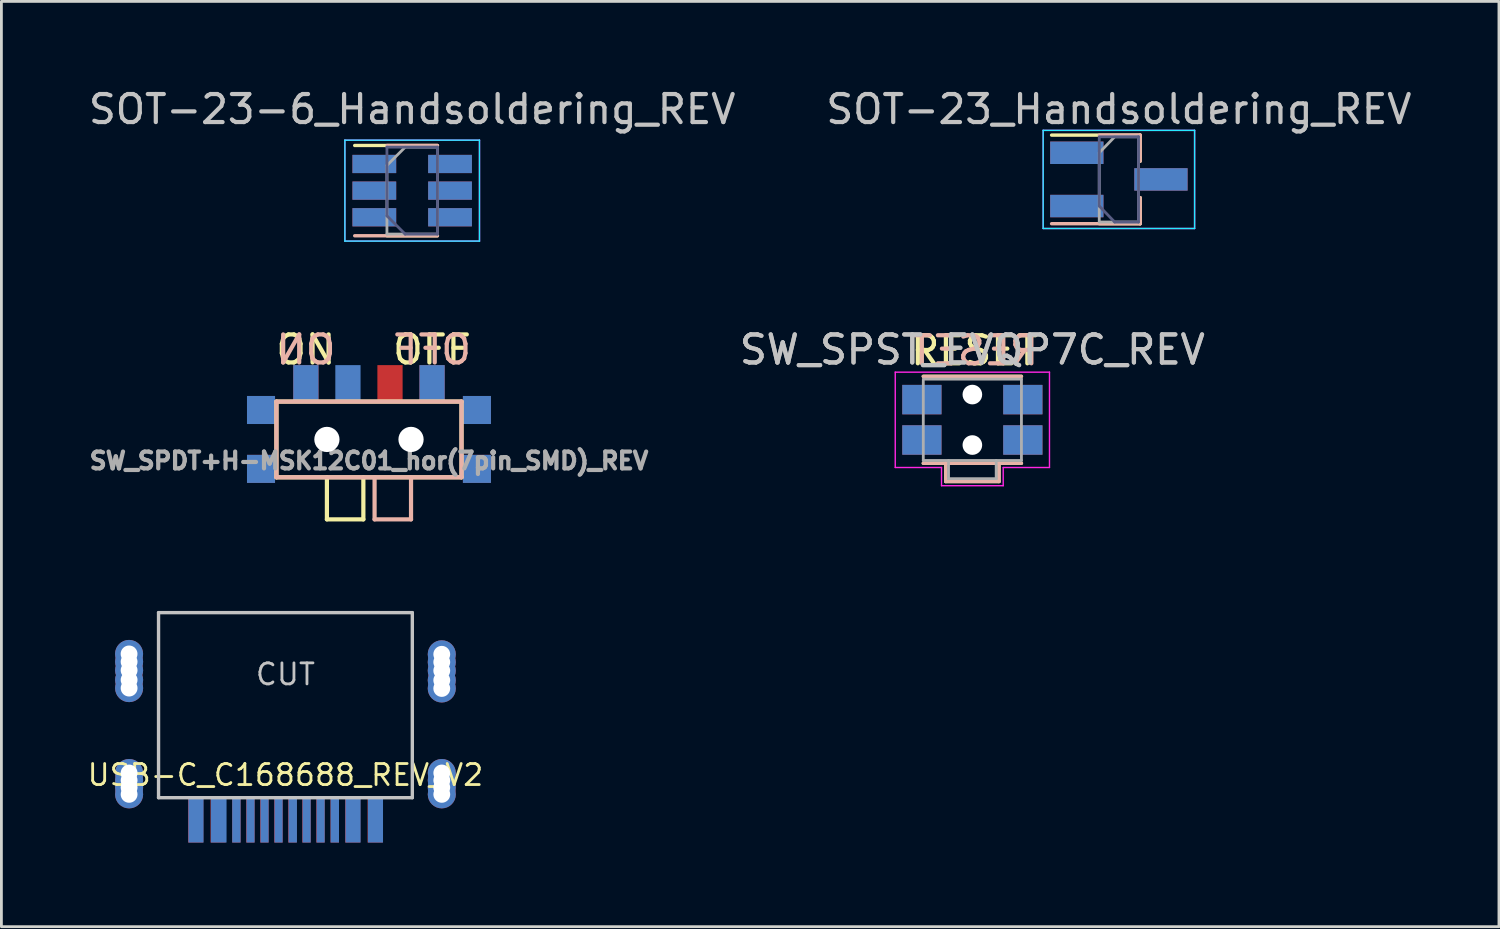
<source format=kicad_pcb>
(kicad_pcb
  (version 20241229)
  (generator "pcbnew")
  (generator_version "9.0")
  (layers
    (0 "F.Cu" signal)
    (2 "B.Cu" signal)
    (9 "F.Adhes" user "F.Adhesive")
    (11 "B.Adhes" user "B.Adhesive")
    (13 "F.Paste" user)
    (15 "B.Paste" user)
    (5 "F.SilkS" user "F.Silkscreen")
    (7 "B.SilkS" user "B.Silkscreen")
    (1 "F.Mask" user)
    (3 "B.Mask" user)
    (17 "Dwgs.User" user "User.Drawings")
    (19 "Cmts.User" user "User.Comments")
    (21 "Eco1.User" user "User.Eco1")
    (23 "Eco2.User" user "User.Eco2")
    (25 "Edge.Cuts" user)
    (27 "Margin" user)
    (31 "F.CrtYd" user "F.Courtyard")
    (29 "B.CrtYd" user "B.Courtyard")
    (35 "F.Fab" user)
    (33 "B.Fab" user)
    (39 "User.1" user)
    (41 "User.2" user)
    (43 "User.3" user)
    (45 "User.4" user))
  (footprint "SW_SPDT+H-MSK12C01_hor(7pin_SMD)_REV"
    (layer "F.Cu")
    (at 10.108 12.621)
    (property "Reference" "SW_SPDT+H-MSK12C01_hor(7pin_SMD)_REV" (at 0 0.762 0) (layer "F.Fab") (effects (font (size 0.6 0.6) (thickness 0.15))))
    (attr smd)
    (fp_line (start -3.3 -1.35) (end 3.3 -1.35) (stroke (width 0.15) (type solid)) (layer "F.SilkS"))
    (fp_line (start -3.3 1.35) (end -3.3 -1.35) (stroke (width 0.15) (type solid)) (layer "F.SilkS"))
    (fp_line (start -1.5 1.35) (end -1.5 2.85) (stroke (width 0.15) (type solid)) (layer "F.SilkS"))
    (fp_line (start -1.5 2.85) (end -0.2 2.85) (stroke (width 0.15) (type solid)) (layer "F.SilkS"))
    (fp_line (start -0.2 1.35) (end -0.2 2.85) (stroke (width 0.15) (type solid)) (layer "F.SilkS"))
    (fp_line (start 3.3 -1.35) (end 3.3 1.35) (stroke (width 0.15) (type solid)) (layer "F.SilkS"))
    (fp_line (start 3.3 1.35) (end -3.3 1.35) (stroke (width 0.15) (type solid)) (layer "F.SilkS"))
    (fp_line (start -3.3 -1.35) (end -3.3 1.35) (stroke (width 0.15) (type solid)) (layer "B.SilkS"))
    (fp_line (start -3.3 1.35) (end 3.3 1.35) (stroke (width 0.15) (type solid)) (layer "B.SilkS"))
    (fp_line (start 0.2 1.35) (end 0.2 2.85) (stroke (width 0.15) (type solid)) (layer "B.SilkS"))
    (fp_line (start 1.5 1.35) (end 1.5 2.85) (stroke (width 0.15) (type solid)) (layer "B.SilkS"))
    (fp_line (start 1.5 2.85) (end 0.2 2.85) (stroke (width 0.15) (type solid)) (layer "B.SilkS"))
    (fp_line (start 3.3 -1.35) (end -3.3 -1.35) (stroke (width 0.15) (type solid)) (layer "B.SilkS"))
    (fp_line (start 3.3 1.35) (end 3.3 -1.35) (stroke (width 0.15) (type solid)) (layer "B.SilkS"))
    (fp_text user "OFF" (at 2.25 -3.2 0) (unlocked yes) (layer "F.SilkS") (effects (font (size 1 1) (thickness 0.15))))
    (fp_text user "ON" (at -2.25 -3.2 0) (unlocked yes) (layer "F.SilkS") (effects (font (size 1 1) (thickness 0.15))))
    (fp_text user "ON" (at -2.25 -3.2 0) (unlocked yes) (layer "B.SilkS") (effects (font (size 1 1) (thickness 0.15)) (justify mirror)))
    (fp_text user "OFF" (at 2.25 -3.2 0) (unlocked yes) (layer "B.SilkS") (effects (font (size 1 1) (thickness 0.15)) (justify mirror)))
    (pad "" np_thru_hole circle (at -1.5 0) (size 0.9 0.9) (drill 0.9) (layers "*.Cu" "*.Mask"))
    (pad "" np_thru_hole circle (at 1.5 0) (size 0.9 0.9) (drill 0.9) (layers "*.Cu" "*.Mask"))
    (pad "1" smd rect (at -2.25 -2) (size 0.9 1.3) (layers "F.Cu" "F.Mask" "F.Paste"))
    (pad "1" smd rect (at -2.25 -2) (size 0.9 1.3) (layers "B.Cu" "B.Mask" "B.Paste"))
    (pad "2" smd rect (at -0.75 -2) (size 0.9 1.3) (layers "B.Cu" "B.Mask" "B.Paste"))
    (pad "2" smd rect (at 0.75 -2) (size 0.9 1.3) (layers "F.Cu" "F.Mask" "F.Paste"))
    (pad "3" smd rect (at 2.25 -2) (size 0.9 1.3) (layers "F.Cu" "F.Mask" "F.Paste"))
    (pad "3" smd rect (at 2.25 -2) (size 0.9 1.3) (layers "B.Cu" "B.Mask" "B.Paste"))
    (pad "H" smd rect (at -3.85 -1.05) (size 1 1) (layers "F.Cu" "F.Mask" "F.Paste"))
    (pad "H" smd rect (at -3.85 -1.05) (size 1 1) (layers "B.Cu" "B.Mask" "B.Paste"))
    (pad "H" smd rect (at -3.85 1.05) (size 1 1) (layers "F.Cu" "F.Mask" "F.Paste"))
    (pad "H" smd rect (at -3.85 1.05) (size 1 1) (layers "B.Cu" "B.Mask" "B.Paste"))
    (pad "H" smd rect (at 3.85 -1.05) (size 1 1) (layers "F.Cu" "F.Mask" "F.Paste"))
    (pad "H" smd rect (at 3.85 -1.05) (size 1 1) (layers "B.Cu" "B.Mask" "B.Paste"))
    (pad "H" smd rect (at 3.85 1.05) (size 1 1) (layers "F.Cu" "F.Mask" "F.Paste"))
    (pad "H" smd rect (at 3.85 1.05) (size 1 1) (layers "B.Cu" "B.Mask" "B.Paste")))
  (footprint "SOT-23_Handsoldering_REV"
    (layer "F.Cu")
    (at 36.851 3.348)
    (property "Reference" "SOT-23_Handsoldering_REV" (at 0 -2.5 0) (layer "Dwgs.User") (effects (font (size 1 1) (thickness 0.15))))
    (attr smd)
    (fp_line (start 0.76 -1.58) (end -2.4 -1.58) (stroke (width 0.12) (type solid)) (layer "F.SilkS"))
    (fp_line (start 0.76 -1.58) (end 0.76 -0.65) (stroke (width 0.12) (type solid)) (layer "F.SilkS"))
    (fp_line (start 0.76 1.58) (end -0.7 1.58) (stroke (width 0.12) (type solid)) (layer "F.SilkS"))
    (fp_line (start 0.76 1.58) (end 0.76 0.65) (stroke (width 0.12) (type solid)) (layer "F.SilkS"))
    (fp_line (start 0.76 -1.58) (end -0.7 -1.58) (stroke (width 0.12) (type solid)) (layer "B.SilkS"))
    (fp_line (start 0.76 -1.58) (end 0.76 -0.65) (stroke (width 0.12) (type solid)) (layer "B.SilkS"))
    (fp_line (start 0.76 1.58) (end -2.4 1.58) (stroke (width 0.12) (type solid)) (layer "B.SilkS"))
    (fp_line (start 0.76 1.58) (end 0.76 0.65) (stroke (width 0.12) (type solid)) (layer "B.SilkS"))
    (fp_line (start -2.7 -1.75) (end -2.7 1.75) (stroke (width 0.05) (type solid)) (layer "B.CrtYd"))
    (fp_line (start -2.7 1.75) (end 2.7 1.75) (stroke (width 0.05) (type solid)) (layer "B.CrtYd"))
    (fp_line (start 2.7 -1.75) (end -2.7 -1.75) (stroke (width 0.05) (type solid)) (layer "B.CrtYd"))
    (fp_line (start 2.7 1.75) (end 2.7 -1.75) (stroke (width 0.05) (type solid)) (layer "B.CrtYd"))
    (fp_line (start -2.7 -1.75) (end 2.7 -1.75) (stroke (width 0.05) (type solid)) (layer "F.CrtYd"))
    (fp_line (start -2.7 1.75) (end -2.7 -1.75) (stroke (width 0.05) (type solid)) (layer "F.CrtYd"))
    (fp_line (start 2.7 -1.75) (end 2.7 1.75) (stroke (width 0.05) (type solid)) (layer "F.CrtYd"))
    (fp_line (start 2.7 1.75) (end -2.7 1.75) (stroke (width 0.05) (type solid)) (layer "F.CrtYd"))
    (fp_line (start -0.7 -1.52) (end 0.7 -1.52) (stroke (width 0.1) (type solid)) (layer "B.Fab"))
    (fp_line (start -0.7 0.95) (end -0.7 -1.5) (stroke (width 0.1) (type solid)) (layer "B.Fab"))
    (fp_line (start -0.7 0.95) (end -0.15 1.52) (stroke (width 0.1) (type solid)) (layer "B.Fab"))
    (fp_line (start -0.15 1.52) (end 0.7 1.52) (stroke (width 0.1) (type solid)) (layer "B.Fab"))
    (fp_line (start 0.7 1.52) (end 0.7 -1.52) (stroke (width 0.1) (type solid)) (layer "B.Fab"))
    (fp_line (start -0.7 -0.95) (end -0.7 1.5) (stroke (width 0.1) (type solid)) (layer "F.Fab"))
    (fp_line (start -0.7 -0.95) (end -0.15 -1.52) (stroke (width 0.1) (type solid)) (layer "F.Fab"))
    (fp_line (start -0.7 1.52) (end 0.7 1.52) (stroke (width 0.1) (type solid)) (layer "F.Fab"))
    (fp_line (start -0.15 -1.52) (end 0.7 -1.52) (stroke (width 0.1) (type solid)) (layer "F.Fab"))
    (fp_line (start 0.7 -1.52) (end 0.7 1.52) (stroke (width 0.1) (type solid)) (layer "F.Fab"))
    (pad "1" smd rect (at -1.5 -0.95) (size 1.9 0.8) (layers "F.Cu" "F.Mask" "F.Paste"))
    (pad "1" smd rect (at -1.5 0.95 180) (size 1.9 0.8) (layers "B.Cu" "B.Mask" "B.Paste"))
    (pad "2" smd rect (at -1.5 -0.95 180) (size 1.9 0.8) (layers "B.Cu" "B.Mask" "B.Paste"))
    (pad "2" smd rect (at -1.5 0.95) (size 1.9 0.8) (layers "F.Cu" "F.Mask" "F.Paste"))
    (pad "3" smd rect (at 1.5 0) (size 1.9 0.8) (layers "F.Cu" "F.Mask" "F.Paste"))
    (pad "3" smd rect (at 1.5 0 180) (size 1.9 0.8) (layers "B.Cu" "B.Mask" "B.Paste")))
  (footprint "USB-C_C168688_REV_V2"
    (layer "F.Cu")
    (at 7.129 18.797)
    (property "Reference" "USB-C_C168688_REV_V2" (at 0 5.789 180) (layer "F.SilkS") (effects (font (size 0.75 0.75) (thickness 0.1))))
    (attr smd)
    (fp_line (start -4.525 0) (end -4.525 6.6) (stroke (width 0.12) (type solid)) (layer "Dwgs.User"))
    (fp_line (start -4.525 0) (end 4.525 0) (stroke (width 0.12) (type solid)) (layer "Dwgs.User"))
    (fp_line (start -4.525 6.6) (end 4.525 6.6) (stroke (width 0.12) (type solid)) (layer "Dwgs.User"))
    (fp_line (start 4.525 0) (end 4.525 6.6) (stroke (width 0.12) (type solid)) (layer "Dwgs.User"))
    (fp_text user "CUT" (at 0 2.2 180) (layer "Dwgs.User") (effects (font (size 0.75 0.75) (thickness 0.1))))
    (pad "A1" smd rect (at -3.2 7.4) (size 0.54 1.6) (layers "F.Cu" "F.Mask" "F.Paste"))
    (pad "A1" smd rect (at -3.19 7.4) (size 0.54 1.6) (layers "B.Cu" "B.Mask" "B.Paste"))
    (pad "A1" smd rect (at 3.2 7.4) (size 0.54 1.6) (layers "F.Cu" "F.Mask" "F.Paste"))
    (pad "A1" smd rect (at 3.21 7.4) (size 0.54 1.6) (layers "B.Cu" "B.Mask" "B.Paste"))
    (pad "A4" smd rect (at -2.4 7.4) (size 0.54 1.6) (layers "F.Cu" "F.Mask" "F.Paste"))
    (pad "A4" smd rect (at -2.38 7.4) (size 0.56 1.6) (layers "B.Cu" "B.Mask" "B.Paste"))
    (pad "A4" smd rect (at 2.4 7.4) (size 0.54 1.6) (layers "F.Cu" "F.Mask" "F.Paste"))
    (pad "A4" smd rect (at 2.41 7.4) (size 0.54 1.6) (layers "B.Cu" "B.Mask" "B.Paste"))
    (pad "A5" smd rect (at -1.245 7.4) (size 0.29 1.6) (layers "B.Cu" "B.Mask" "B.Paste"))
    (pad "A5" smd rect (at 1.25 7.4) (size 0.3 1.6) (layers "F.Cu" "F.Mask" "F.Paste"))
    (pad "A6" smd rect (at -0.245 7.4) (size 0.29 1.6) (layers "B.Cu" "B.Mask" "B.Paste"))
    (pad "A6" smd rect (at 0.25 7.4) (size 0.3 1.6) (layers "F.Cu" "F.Mask" "F.Paste"))
    (pad "A7" smd rect (at -0.25 7.4) (size 0.3 1.6) (layers "F.Cu" "F.Mask" "F.Paste"))
    (pad "A7" smd rect (at 0.26 7.4) (size 0.3 1.6) (layers "B.Cu" "B.Mask" "B.Paste"))
    (pad "A8" smd rect (at -1.25 7.4) (size 0.3 1.6) (layers "F.Cu" "F.Mask" "F.Paste"))
    (pad "A8" smd rect (at 1.255 7.4) (size 0.29 1.6) (layers "B.Cu" "B.Mask" "B.Paste"))
    (pad "B5" smd rect (at -1.75 7.4) (size 0.3 1.6) (layers "F.Cu" "F.Mask" "F.Paste"))
    (pad "B5" smd rect (at 1.76 7.4) (size 0.3 1.6) (layers "B.Cu" "B.Mask" "B.Paste"))
    (pad "B6" smd rect (at -0.75 7.4) (size 0.3 1.6) (layers "F.Cu" "F.Mask" "F.Paste"))
    (pad "B6" smd rect (at 0.755 7.4) (size 0.29 1.6) (layers "B.Cu" "B.Mask" "B.Paste"))
    (pad "B7" smd rect (at -0.745 7.4) (size 0.29 1.6) (layers "B.Cu" "B.Mask" "B.Paste"))
    (pad "B7" smd rect (at 0.75 7.4) (size 0.3 1.6) (layers "F.Cu" "F.Mask" "F.Paste"))
    (pad "B8" smd rect (at -1.749 7.4) (size 0.298 1.6) (layers "B.Cu" "B.Mask" "B.Paste"))
    (pad "B8" smd rect (at 1.758 7.4) (size 0.3 1.6) (layers "F.Cu" "F.Mask" "F.Paste"))
    (pad "S1" thru_hole circle (at -5.576 1.473) (size 1 1) (drill 0.6) (layers "*.Cu" "*.Mask"))
    (pad "S1" thru_hole circle (at -5.575 1.753) (size 1 1) (drill 0.6) (layers "*.Cu" "*.Mask"))
    (pad "S1" thru_hole circle (at -5.575 2.057) (size 1 1) (drill 0.6) (layers "*.Cu" "*.Mask"))
    (pad "S1" thru_hole circle (at -5.575 2.4) (size 1 1) (drill 0.6) (layers "*.Cu" "*.Mask"))
    (pad "S1" thru_hole circle (at -5.575 2.692) (size 1 1) (drill 0.6) (layers "*.Cu" "*.Mask"))
    (pad "S1" thru_hole circle (at -5.575 6.236) (size 1 1) (drill 0.6) (layers "*.Cu" "*.Mask"))
    (pad "S1" thru_hole circle (at -5.575 5.719) (size 1 1) (drill 0.6) (layers "*.Cu" "*.Mask"))
    (pad "S1" thru_hole circle (at -5.575 5.982) (size 1 1) (drill 0.6) (layers "*.Cu" "*.Mask"))
    (pad "S1" thru_hole circle (at -5.575 6.481) (size 1 1) (drill 0.6) (layers "*.Cu" "*.Mask"))
    (pad "S1" thru_hole circle (at 5.575 1.486) (size 1 1) (drill 0.6) (layers "*.Cu" "*.Mask"))
    (pad "S1" thru_hole circle (at 5.575 1.765) (size 1 1) (drill 0.6) (layers "*.Cu" "*.Mask"))
    (pad "S1" thru_hole circle (at 5.575 2.07) (size 1 1) (drill 0.6) (layers "*.Cu" "*.Mask"))
    (pad "S1" thru_hole circle (at 5.575 2.413) (size 1 1) (drill 0.6) (layers "*.Cu" "*.Mask"))
    (pad "S1" thru_hole circle (at 5.575 2.705) (size 1 1) (drill 0.6) (layers "*.Cu" "*.Mask"))
    (pad "S1" thru_hole circle (at 5.575 6.236) (size 1 1) (drill 0.6) (layers "*.Cu" "*.Mask"))
    (pad "S1" thru_hole circle (at 5.576 5.719) (size 1 1) (drill 0.6) (layers "*.Cu" "*.Mask"))
    (pad "S1" thru_hole circle (at 5.576 5.982) (size 1 1) (drill 0.6) (layers "*.Cu" "*.Mask"))
    (pad "S1" thru_hole circle (at 5.576 6.481) (size 1 1) (drill 0.6) (layers "*.Cu" "*.Mask")))
  (footprint "SOT-23-6_Handsoldering_REV"
    (layer "F.Cu")
    (at 11.649 3.748)
    (property "Reference" "SOT-23-6_Handsoldering_REV" (at 0 -2.9 0) (layer "Dwgs.User") (effects (font (size 1 1) (thickness 0.15))))
    (attr smd)
    (fp_line (start -0.9 1.61) (end 0.9 1.61) (stroke (width 0.12) (type solid)) (layer "F.SilkS"))
    (fp_line (start 0.9 -1.61) (end -2.05 -1.61) (stroke (width 0.12) (type solid)) (layer "F.SilkS"))
    (fp_line (start -0.9 -1.61) (end 0.9 -1.61) (stroke (width 0.12) (type solid)) (layer "B.SilkS"))
    (fp_line (start 0.9 1.61) (end -2.05 1.61) (stroke (width 0.12) (type solid)) (layer "B.SilkS"))
    (fp_line (start -2.4 -1.8) (end -2.4 1.8) (stroke (width 0.05) (type solid)) (layer "B.CrtYd"))
    (fp_line (start -2.4 1.8) (end 2.4 1.8) (stroke (width 0.05) (type solid)) (layer "B.CrtYd"))
    (fp_line (start 2.4 -1.8) (end -2.4 -1.8) (stroke (width 0.05) (type solid)) (layer "B.CrtYd"))
    (fp_line (start 2.4 1.8) (end 2.4 -1.8) (stroke (width 0.05) (type solid)) (layer "B.CrtYd"))
    (fp_line (start -2.4 -1.8) (end 2.4 -1.8) (stroke (width 0.05) (type solid)) (layer "F.CrtYd"))
    (fp_line (start -2.4 1.8) (end -2.4 -1.8) (stroke (width 0.05) (type solid)) (layer "F.CrtYd"))
    (fp_line (start 2.4 -1.8) (end 2.4 1.8) (stroke (width 0.05) (type solid)) (layer "F.CrtYd"))
    (fp_line (start 2.4 1.8) (end -2.4 1.8) (stroke (width 0.05) (type solid)) (layer "F.CrtYd"))
    (fp_line (start -0.9 0.9) (end -0.9 -1.55) (stroke (width 0.1) (type solid)) (layer "B.Fab"))
    (fp_line (start -0.9 0.9) (end -0.25 1.55) (stroke (width 0.1) (type solid)) (layer "B.Fab"))
    (fp_line (start 0.9 -1.55) (end -0.9 -1.55) (stroke (width 0.1) (type solid)) (layer "B.Fab"))
    (fp_line (start 0.9 1.55) (end -0.25 1.55) (stroke (width 0.1) (type solid)) (layer "B.Fab"))
    (fp_line (start 0.9 1.55) (end 0.9 -1.55) (stroke (width 0.1) (type solid)) (layer "B.Fab"))
    (fp_line (start -0.9 -0.9) (end -0.9 1.55) (stroke (width 0.1) (type solid)) (layer "F.Fab"))
    (fp_line (start -0.9 -0.9) (end -0.25 -1.55) (stroke (width 0.1) (type solid)) (layer "F.Fab"))
    (fp_line (start 0.9 -1.55) (end -0.25 -1.55) (stroke (width 0.1) (type solid)) (layer "F.Fab"))
    (fp_line (start 0.9 -1.55) (end 0.9 1.55) (stroke (width 0.1) (type solid)) (layer "F.Fab"))
    (fp_line (start 0.9 1.55) (end -0.9 1.55) (stroke (width 0.1) (type solid)) (layer "F.Fab"))
    (pad "1" smd rect (at -1.35 -0.95) (size 1.56 0.65) (layers "F.Cu" "F.Mask" "F.Paste"))
    (pad "1" smd rect (at -1.35 0.95 180) (size 1.56 0.65) (layers "B.Cu" "B.Mask" "B.Paste"))
    (pad "2" smd rect (at -1.35 0) (size 1.56 0.65) (layers "F.Cu" "F.Mask" "F.Paste"))
    (pad "2" smd rect (at -1.35 0 180) (size 1.56 0.65) (layers "B.Cu" "B.Mask" "B.Paste"))
    (pad "3" smd rect (at -1.35 -0.95 180) (size 1.56 0.65) (layers "B.Cu" "B.Mask" "B.Paste"))
    (pad "3" smd rect (at -1.35 0.95) (size 1.56 0.65) (layers "F.Cu" "F.Mask" "F.Paste"))
    (pad "4" smd rect (at 1.35 -0.95 180) (size 1.56 0.65) (layers "B.Cu" "B.Mask" "B.Paste"))
    (pad "4" smd rect (at 1.35 0.95) (size 1.56 0.65) (layers "F.Cu" "F.Mask" "F.Paste"))
    (pad "5" smd rect (at 1.35 0) (size 1.56 0.65) (layers "F.Cu" "F.Mask" "F.Paste"))
    (pad "5" smd rect (at 1.35 0 180) (size 1.56 0.65) (layers "B.Cu" "B.Mask" "B.Paste"))
    (pad "6" smd rect (at 1.35 -0.95) (size 1.56 0.65) (layers "F.Cu" "F.Mask" "F.Paste"))
    (pad "6" smd rect (at 1.35 0.95 180) (size 1.56 0.65) (layers "B.Cu" "B.Mask" "B.Paste")))
  (footprint "SW_SPST_EVQP7C_REV"
    (layer "F.Cu")
    (at 31.626 11.921)
    (property "Reference" "SW_SPST_EVQP7C_REV" (at 0 -2.5 0) (layer "Dwgs.User") (effects (font (size 1 1) (thickness 0.15))))
    (attr smd)
    (fp_line (start -1.75 -1.55) (end 1.75 -1.55) (stroke (width 0.12) (type solid)) (layer "F.SilkS"))
    (fp_line (start -0.95 2.2) (end -0.95 1.55) (stroke (width 0.12) (type solid)) (layer "F.SilkS"))
    (fp_line (start 0.95 1.55) (end 0.95 2.2) (stroke (width 0.12) (type solid)) (layer "F.SilkS"))
    (fp_line (start 0.95 2.2) (end -0.95 2.2) (stroke (width 0.12) (type solid)) (layer "F.SilkS"))
    (fp_line (start 1.75 1.55) (end -1.75 1.55) (stroke (width 0.12) (type solid)) (layer "F.SilkS"))
    (fp_line (start -1.75 1.55) (end 1.75 1.55) (stroke (width 0.12) (type solid)) (layer "B.SilkS"))
    (fp_line (start -0.95 1.55) (end -0.95 2.2) (stroke (width 0.12) (type solid)) (layer "B.SilkS"))
    (fp_line (start -0.95 2.2) (end 0.95 2.2) (stroke (width 0.12) (type solid)) (layer "B.SilkS"))
    (fp_line (start 0.95 2.2) (end 0.95 1.55) (stroke (width 0.12) (type solid)) (layer "B.SilkS"))
    (fp_line (start 1.75 -1.55) (end -1.75 -1.55) (stroke (width 0.12) (type solid)) (layer "B.SilkS"))
    (fp_line (start -2.75 -1.7) (end 2.75 -1.7) (stroke (width 0.05) (type solid)) (layer "F.CrtYd"))
    (fp_line (start -2.75 1.7) (end -2.75 -1.7) (stroke (width 0.05) (type solid)) (layer "F.CrtYd"))
    (fp_line (start -1.1 1.7) (end -2.75 1.7) (stroke (width 0.05) (type solid)) (layer "F.CrtYd"))
    (fp_line (start -1.1 2.35) (end -1.1 1.7) (stroke (width 0.05) (type solid)) (layer "F.CrtYd"))
    (fp_line (start 1.1 1.7) (end 1.1 2.35) (stroke (width 0.05) (type solid)) (layer "F.CrtYd"))
    (fp_line (start 1.1 2.35) (end -1.1 2.35) (stroke (width 0.05) (type solid)) (layer "F.CrtYd"))
    (fp_line (start 2.75 -1.7) (end 2.75 1.7) (stroke (width 0.05) (type solid)) (layer "F.CrtYd"))
    (fp_line (start 2.75 1.7) (end 1.1 1.7) (stroke (width 0.05) (type solid)) (layer "F.CrtYd"))
    (fp_line (start -1.75 -1.45) (end 1.75 -1.45) (stroke (width 0.1) (type solid)) (layer "F.Fab"))
    (fp_line (start -1.75 1.45) (end -1.75 -1.4) (stroke (width 0.1) (type solid)) (layer "F.Fab"))
    (fp_line (start -0.85 2.1) (end -0.85 1.45) (stroke (width 0.1) (type solid)) (layer "F.Fab"))
    (fp_line (start -0.85 2.1) (end 0.85 2.1) (stroke (width 0.1) (type solid)) (layer "F.Fab"))
    (fp_line (start 0.85 2.1) (end 0.85 1.45) (stroke (width 0.1) (type solid)) (layer "F.Fab"))
    (fp_line (start 1.75 -1.45) (end 1.75 1.45) (stroke (width 0.1) (type solid)) (layer "F.Fab"))
    (fp_line (start 1.75 1.45) (end -1.75 1.45) (stroke (width 0.1) (type solid)) (layer "F.Fab"))
    (fp_text user "RESET" (at 0.08 -2.47 0) (layer "F.SilkS") (effects (font (size 1 1) (thickness 0.15))))
    (fp_text user "RESET" (at 0.08 -2.47 0) (layer "B.SilkS") (effects (font (size 1 1) (thickness 0.15)) (justify mirror)))
    (fp_text user "${REFERENCE}" (at 0 -2.5 0) (layer "F.Fab") (effects (font (size 1 1) (thickness 0.15))))
    (pad "" np_thru_hole circle (at 0 -0.9) (size 0.7 0.7) (drill 0.7) (layers "*.Cu" "*.Mask"))
    (pad "" np_thru_hole circle (at 0 0.9) (size 0.7 0.7) (drill 0.7) (layers "*.Cu" "*.Mask"))
    (pad "1" smd rect (at -1.8 0.72) (size 1.4 1.05) (layers "F.Cu" "F.Mask" "F.Paste"))
    (pad "1" smd rect (at -1.8 0.72) (size 1.4 1.05) (layers "B.Cu" "B.Mask" "B.Paste"))
    (pad "1" smd rect (at 1.8 0.72) (size 1.4 1.05) (layers "F.Cu" "F.Mask" "F.Paste"))
    (pad "1" smd rect (at 1.8 0.72) (size 1.4 1.05) (layers "B.Cu" "B.Mask" "B.Paste"))
    (pad "2" smd rect (at -1.8 -0.72) (size 1.4 1.05) (layers "F.Cu" "F.Mask" "F.Paste"))
    (pad "2" smd rect (at -1.8 -0.72) (size 1.4 1.05) (layers "B.Cu" "B.Mask" "B.Paste"))
    (pad "2" smd rect (at 1.8 -0.72) (size 1.4 1.05) (layers "F.Cu" "F.Mask" "F.Paste"))
    (pad "2" smd rect (at 1.8 -0.72) (size 1.4 1.05) (layers "B.Cu" "B.Mask" "B.Paste")))
  (gr_rect
    (start -3 -3)
    (end 50.405 29.997)
    (stroke (width 0.1) (type default))
    (fill no)
    (layer "Edge.Cuts")))
</source>
